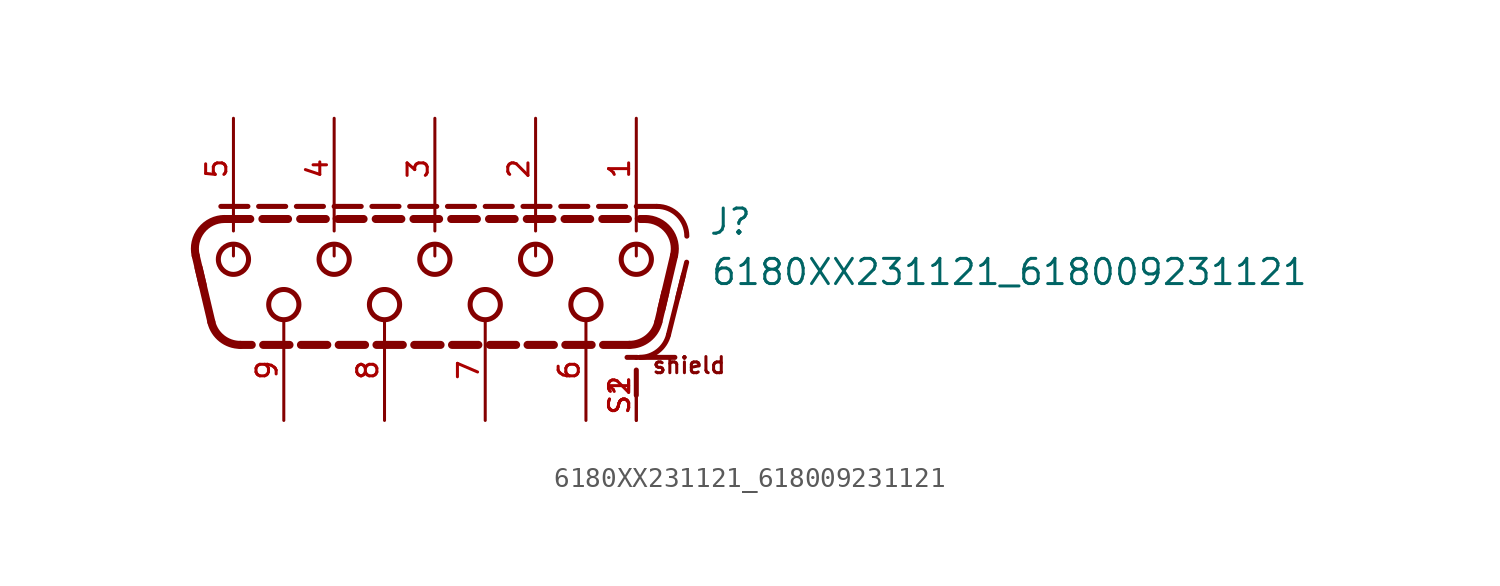
<source format=kicad_sym>
(kicad_symbol_lib
  (version 20211014)
  (generator kicad_symbol_editor)
  (symbol "6180XX231121_618009231121"
    (pin_names
      (offset 1.016))
    (property "Reference" "J"
      (at 13.78 1.66 0)
      (effects (font (size 1.27 1.27)) (justify bottom left)))
    (property "Value" "6180XX231121_618009231121"
      (at 13.88 -0.88 0)
      (effects (font (size 1.27 1.27)) (justify bottom left)))
    (symbol "6180XX231121_618009231121_0_0"
      (arc (start 12.0642 0.695166) (mid 11.7783 1.9738) (end 10.6044 2.54) (stroke (width 0.4064) (type default) (color 0 0 0 0)) (fill (type none)))
      (arc (start 9.81305 -3.81) (mid 10.7409 -3.4886) (end 11.2729 -2.65484) (stroke (width 0.4064) (type default) (color 0 0 0 0)) (fill (type none)))
      (arc (start -12.0642 0.695166) (mid -11.7783 1.9738) (end -10.6044 2.54) (stroke (width 0.4064) (type default) (color 0 0 0 0)) (fill (type none)))
      (arc (start -11.2729 -2.65484) (mid -10.7468 -3.4839) (end -9.81305 -3.81) (stroke (width 0.4064) (type default) (color 0 0 0 0)) (fill (type none)))
      (arc (start 12.7 1.675) (mid 12.2607 2.7357) (end 11.2 3.175) (stroke (width 0.254) (type default) (color 0 0 0 0)) (fill (type none)))
      (arc (start 11.7841 -3.3038) (mid 11.2523 -4.122) (end 10.3288 -4.44) (stroke (width 0.254) (type default) (color 0 0 0 0)) (fill (type none)))
      (text "shield" (at 10.9 -5.32 0) (effects (font (size 0.813 0.813)) (justify bottom left)))
      (circle (center 10.16 0.508) (radius 0.762) (stroke (width 0.254)) (fill (type none)))
      (circle (center 5.08 0.508) (radius 0.762) (stroke (width 0.254)) (fill (type none)))
      (circle (center 0.0 0.508) (radius 0.762) (stroke (width 0.254)) (fill (type none)))
      (circle (center -5.08 0.508) (radius 0.762) (stroke (width 0.254)) (fill (type none)))
      (circle (center -10.16 0.508) (radius 0.762) (stroke (width 0.254)) (fill (type none)))
      (circle (center 7.62 -1.778) (radius 0.762) (stroke (width 0.254)) (fill (type none)))
      (circle (center 2.54 -1.778) (radius 0.762) (stroke (width 0.254)) (fill (type none)))
      (circle (center -2.54 -1.778) (radius 0.762) (stroke (width 0.254)) (fill (type none)))
      (circle (center -7.62 -1.778) (radius 0.762) (stroke (width 0.254)) (fill (type none)))
      (polyline (pts (xy -10.604 2.54) (xy -9.311 2.54)) (stroke (width 0.406)))
      (polyline (pts (xy -8.699 2.54) (xy -7.406 2.54)) (stroke (width 0.406)))
      (polyline (pts (xy -6.794 2.54) (xy -5.501 2.54)) (stroke (width 0.406)))
      (polyline (pts (xy -4.889 2.54) (xy -3.596 2.54)) (stroke (width 0.406)))
      (polyline (pts (xy -2.984 2.54) (xy -1.691 2.54)) (stroke (width 0.406)))
      (polyline (pts (xy -1.079 2.54) (xy 0.214 2.54)) (stroke (width 0.406)))
      (polyline (pts (xy 0.826 2.54) (xy 2.119 2.54)) (stroke (width 0.406)))
      (polyline (pts (xy 2.731 2.54) (xy 4.024 2.54)) (stroke (width 0.406)))
      (polyline (pts (xy 4.636 2.54) (xy 5.929 2.54)) (stroke (width 0.406)))
      (polyline (pts (xy 6.541 2.54) (xy 7.834 2.54)) (stroke (width 0.406)))
      (polyline (pts (xy 8.446 2.54) (xy 9.739 2.54)) (stroke (width 0.406)))
      (polyline (pts (xy 10.351 2.54) (xy 10.604 2.54)) (stroke (width 0.406)))
      (polyline (pts (xy 12.064 0.695) (xy 11.419 -2.037)) (stroke (width 0.406)))
      (polyline (pts (xy 11.626 -1.159) (xy 11.273 -2.655)) (stroke (width 0.406)))
      (polyline (pts (xy 9.813 -3.81) (xy 8.485 -3.81)) (stroke (width 0.406)))
      (polyline (pts (xy 7.908 -3.81) (xy 6.58 -3.81)) (stroke (width 0.406)))
      (polyline (pts (xy 6.003 -3.81) (xy 4.675 -3.81)) (stroke (width 0.406)))
      (polyline (pts (xy 4.098 -3.81) (xy 2.77 -3.81)) (stroke (width 0.406)))
      (polyline (pts (xy 2.193 -3.81) (xy 0.865 -3.81)) (stroke (width 0.406)))
      (polyline (pts (xy 0.288 -3.81) (xy -1.04 -3.81)) (stroke (width 0.406)))
      (polyline (pts (xy -1.617 -3.81) (xy -2.945 -3.81)) (stroke (width 0.406)))
      (polyline (pts (xy -3.522 -3.81) (xy -4.85 -3.81)) (stroke (width 0.406)))
      (polyline (pts (xy -5.427 -3.81) (xy -6.755 -3.81)) (stroke (width 0.406)))
      (polyline (pts (xy -7.332 -3.81) (xy -8.66 -3.81)) (stroke (width 0.406)))
      (polyline (pts (xy -9.237 -3.81) (xy -9.813 -3.81)) (stroke (width 0.406)))
      (polyline (pts (xy -11.273 -2.655) (xy -11.918 0.077)) (stroke (width 0.406)))
      (polyline (pts (xy -11.711 -0.801) (xy -12.064 0.695)) (stroke (width 0.406)))
      (polyline (pts (xy -10.795 3.175) (xy -9.43 3.175)) (stroke (width 0.254)))
      (polyline (pts (xy -8.89 3.175) (xy -7.525 3.175)) (stroke (width 0.254)))
      (polyline (pts (xy -6.985 3.175) (xy -5.62 3.175)) (stroke (width 0.254)))
      (polyline (pts (xy -5.08 3.175) (xy -3.715 3.175)) (stroke (width 0.254)))
      (polyline (pts (xy -3.175 3.175) (xy -1.81 3.175)) (stroke (width 0.254)))
      (polyline (pts (xy -1.27 3.175) (xy 0.095 3.175)) (stroke (width 0.254)))
      (polyline (pts (xy 0.635 3.175) (xy 2 3.175)) (stroke (width 0.254)))
      (polyline (pts (xy 2.54 3.175) (xy 3.905 3.175)) (stroke (width 0.254)))
      (polyline (pts (xy 4.445 3.175) (xy 5.81 3.175)) (stroke (width 0.254)))
      (polyline (pts (xy 6.35 3.175) (xy 7.715 3.175)) (stroke (width 0.254)))
      (polyline (pts (xy 8.255 3.175) (xy 9.62 3.175)) (stroke (width 0.254)))
      (polyline (pts (xy 10.16 3.175) (xy 11.2 3.175)) (stroke (width 0.254)))
      (polyline (pts (xy 10.16 -4.445) (xy 10.16 -4.445)) (stroke (width 0.254)))
      (polyline (pts (xy 10.16 -6.35) (xy 10.16 -5.08)) (stroke (width 0.254)))
      (polyline (pts (xy 10.2 -4.44) (xy 9.694 -4.44)) (stroke (width 0.254)))
      (polyline (pts (xy 12.105 -4.44) (xy 10.329 -4.44)) (stroke (width 0.254)))
      (polyline (pts (xy 11.784 -3.304) (xy 12.546 -0.256)) (stroke (width 0.254)))
      (polyline (pts (xy 12.246 -1.456) (xy 12.7 0.36)) (stroke (width 0.254)))
      (polyline (pts (xy -10.16 2.58) (xy -10.16 1.935)) (stroke (width 0.152)))
      (polyline (pts (xy -10.16 0.675) (xy -10.16 1.3)) (stroke (width 0.152)))
      (polyline (pts (xy -5.08 2.58) (xy -5.08 1.935)) (stroke (width 0.152)))
      (polyline (pts (xy -5.08 0.675) (xy -5.08 1.3)) (stroke (width 0.152)))
      (polyline (pts (xy 0.0 2.58) (xy 0.0 1.935)) (stroke (width 0.152)))
      (polyline (pts (xy 0.0 0.675) (xy 0.0 1.3)) (stroke (width 0.152)))
      (polyline (pts (xy 5.08 2.58) (xy 5.08 1.935)) (stroke (width 0.152)))
      (polyline (pts (xy 5.08 0.675) (xy 5.08 1.3)) (stroke (width 0.152)))
      (polyline (pts (xy 10.16 2.58) (xy 10.16 1.935)) (stroke (width 0.152)))
      (polyline (pts (xy 10.16 0.675) (xy 10.16 1.3)) (stroke (width 0.152)))
      (pin bidirectional line (at 10.16 7.62 270.0) (length 5.08) (name "~" (effects (font (size 1.016 1.016)))) (number "1" (effects (font (size 1.016 1.016)))))
      (pin bidirectional line (at 5.08 7.62 270.0) (length 5.08) (name "~" (effects (font (size 1.016 1.016)))) (number "2" (effects (font (size 1.016 1.016)))))
      (pin bidirectional line (at 0.0 7.62 270.0) (length 5.08) (name "~" (effects (font (size 1.016 1.016)))) (number "3" (effects (font (size 1.016 1.016)))))
      (pin bidirectional line (at -5.08 7.62 270.0) (length 5.08) (name "~" (effects (font (size 1.016 1.016)))) (number "4" (effects (font (size 1.016 1.016)))))
      (pin bidirectional line (at -10.16 7.62 270.0) (length 5.08) (name "~" (effects (font (size 1.016 1.016)))) (number "5" (effects (font (size 1.016 1.016)))))
      (pin bidirectional line (at 7.62 -7.62 90.0) (length 5.08) (name "~" (effects (font (size 1.016 1.016)))) (number "6" (effects (font (size 1.016 1.016)))))
      (pin bidirectional line (at 2.54 -7.62 90.0) (length 5.08) (name "~" (effects (font (size 1.016 1.016)))) (number "7" (effects (font (size 1.016 1.016)))))
      (pin bidirectional line (at -2.54 -7.62 90.0) (length 5.08) (name "~" (effects (font (size 1.016 1.016)))) (number "8" (effects (font (size 1.016 1.016)))))
      (pin bidirectional line (at -7.62 -7.62 90.0) (length 5.08) (name "~" (effects (font (size 1.016 1.016)))) (number "9" (effects (font (size 1.016 1.016)))))
      (pin bidirectional line (at 10.16 -7.62 90.0) (length 2.54) (name "~" (effects (font (size 1.016 1.016)))) (number "S1" (effects (font (size 1.016 1.016)))))
      (pin bidirectional line (at 10.16 -7.62 90.0) (length 2.54) (name "~" (effects (font (size 1.016 1.016)))) (number "S2" (effects (font (size 1.016 1.016))))))))
</source>
